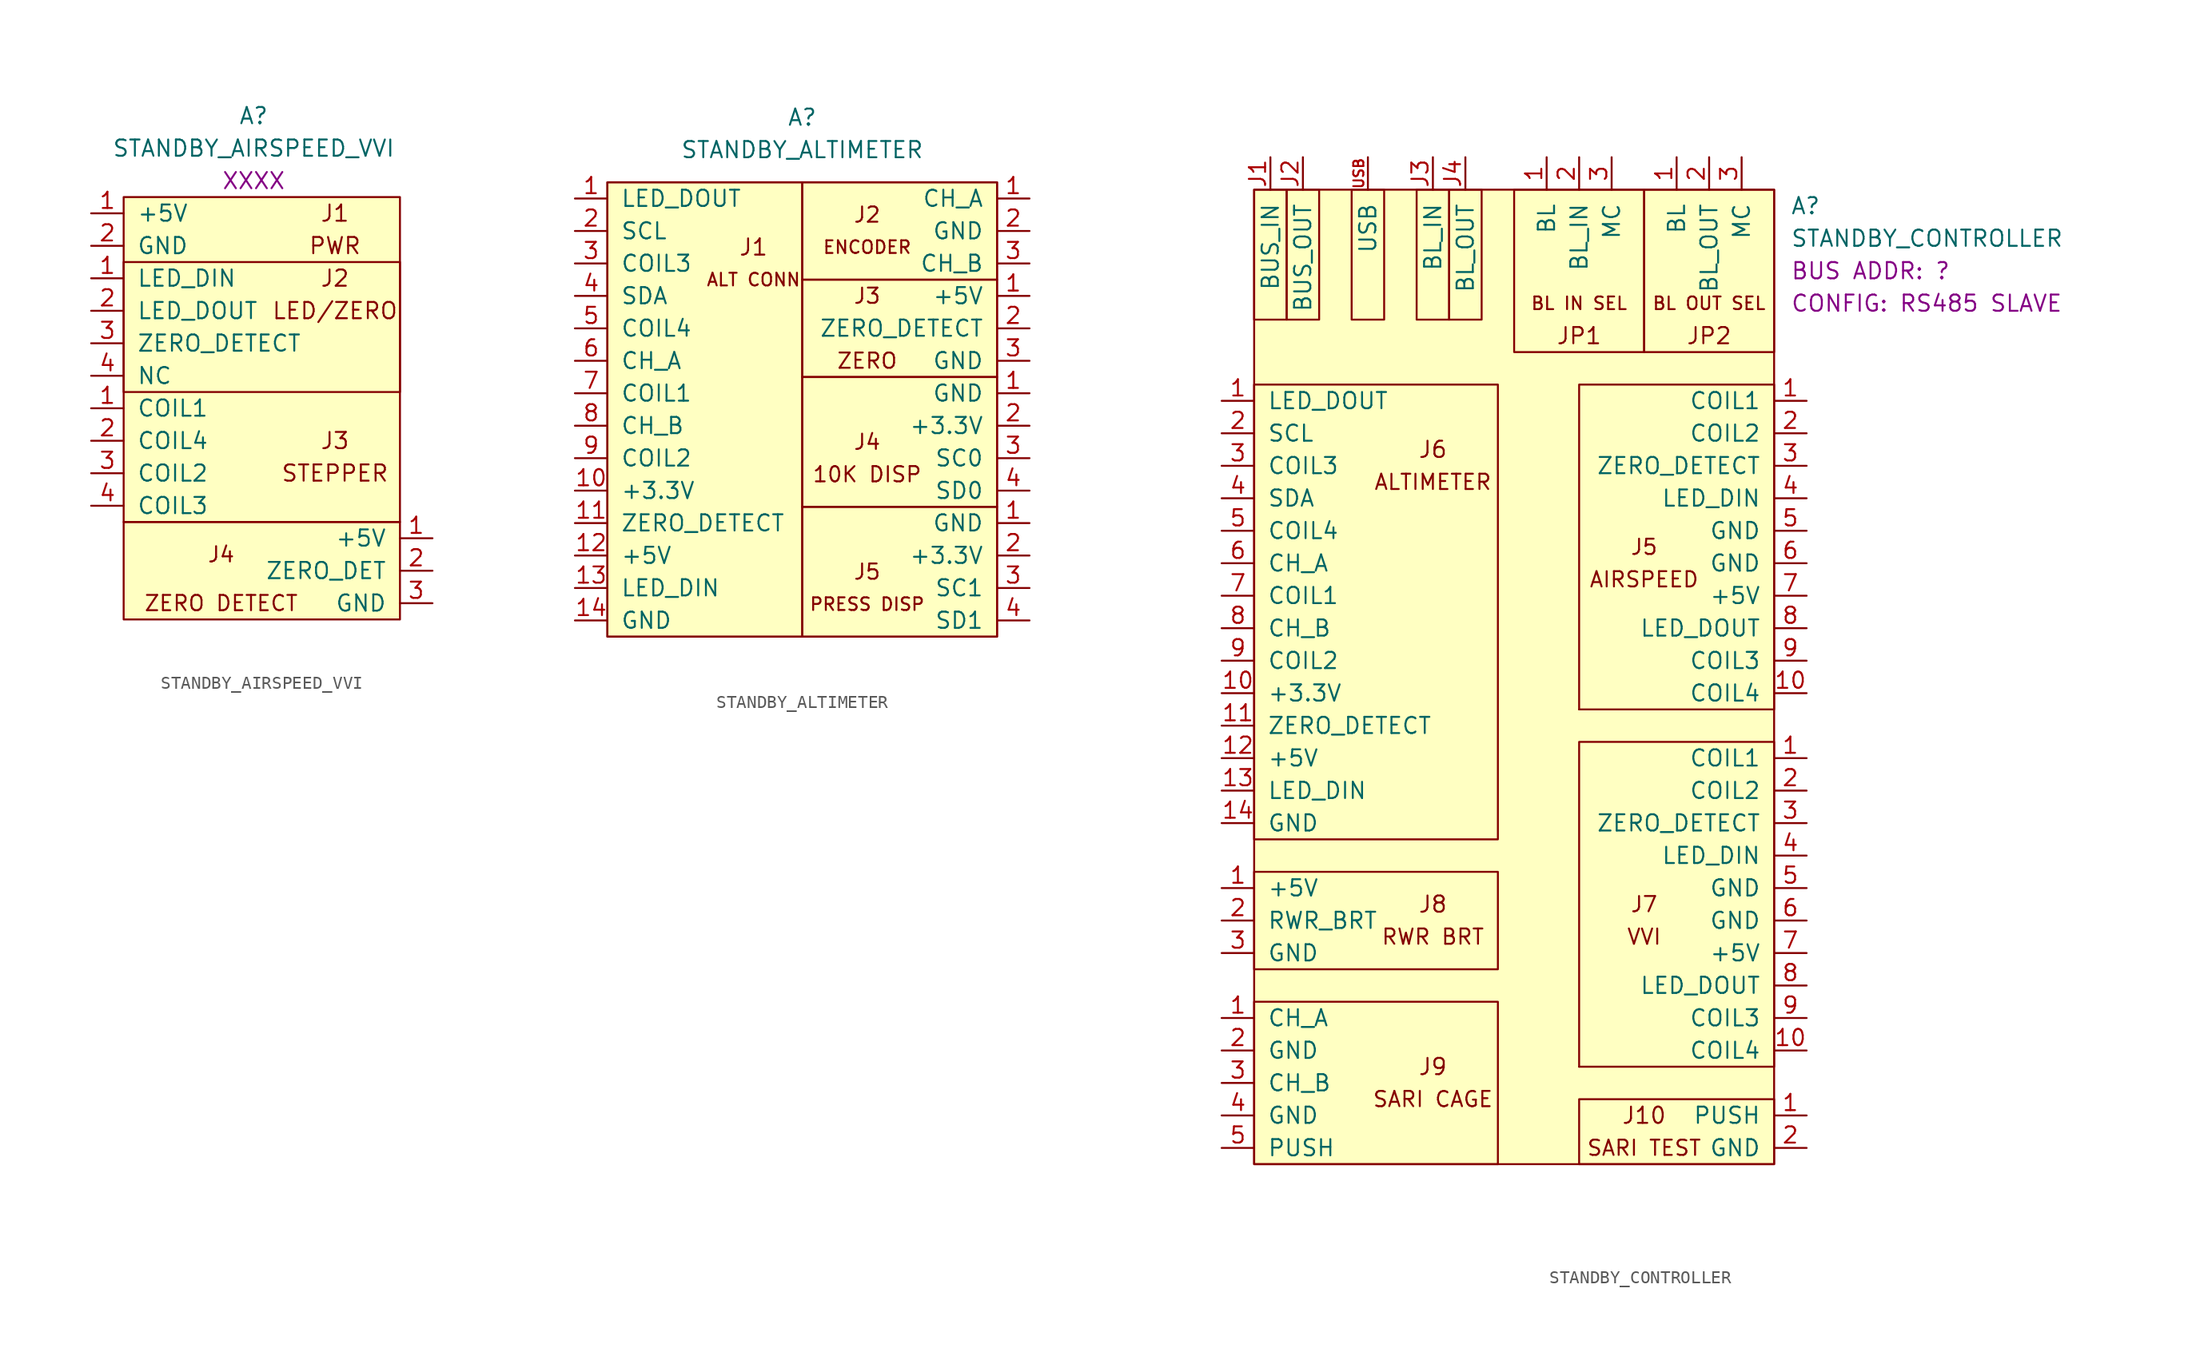
<source format=kicad_sym>
(kicad_symbol_lib
  (version 20231120)
  (generator "kicad_symbol_editor")
  (generator_version "8.0")
  (symbol "STANDBY_AIRSPEED_VVI"
    (pin_names
      (offset 1.016))
    (property "Reference" "A"
      (at 0 21.59 0)
      (effects (font (size 1.27 1.27))))
    (property "Value" "STANDBY_AIRSPEED_VVI"
      (at 0 19.05 0)
      (effects (font (size 1.27 1.27))))
    (property "Description" "XXXX"
      (at 0 16.51 0)
      (effects (font (size 1.27 1.27))))
    (symbol "STANDBY_AIRSPEED_VVI_0_0"
      (rectangle (start -10.16 0) (end 11.43 10.16) (stroke (width 0) (type default)) (fill (type none)))
      (rectangle (start -10.16 15.24) (end 11.43 -10.16) (stroke (width 0) (type default)) (fill (type background)))
      (rectangle (start 11.43 -10.16) (end -10.16 -17.78) (stroke (width 0) (type default)) (fill (type background)))
      (text "J1" (at 6.35 13.97 0) (effects (font (size 1.27 1.27))))
      (text "J2" (at 6.35 8.89 0) (effects (font (size 1.27 1.27))))
      (text "J3" (at 6.35 -3.81 0) (effects (font (size 1.27 1.27))))
      (text "J4" (at -2.54 -12.7 0) (effects (font (size 1.194 1.194))))
      (text "LED/ZERO" (at 6.35 6.35 0) (effects (font (size 1.27 1.27))))
      (text "PWR" (at 6.35 11.43 0) (effects (font (size 1.27 1.27))))
      (text "STEPPER" (at 6.35 -6.35 0) (effects (font (size 1.27 1.27))))
      (text "ZERO DETECT" (at -2.54 -16.51 0) (effects (font (size 1.194 1.194))))
      (pin unspecified line (at -12.7 13.97 0) (length 2.54) (name "+5V" (effects (font (size 1.27 1.27)))) (number "1" (effects (font (size 1.27 1.27)))))
      (pin unspecified line (at 13.97 -11.43 180) (length 2.54) (name "+5V" (effects (font (size 1.27 1.27)))) (number "1" (effects (font (size 1.27 1.27)))))
      (pin unspecified line (at -12.7 -1.27 0) (length 2.54) (name "COIL1" (effects (font (size 1.27 1.27)))) (number "1" (effects (font (size 1.27 1.27)))))
      (pin unspecified line (at -12.7 8.89 0) (length 2.54) (name "LED_DIN" (effects (font (size 1.27 1.27)))) (number "1" (effects (font (size 1.27 1.27)))))
      (pin unspecified line (at -12.7 11.43 0) (length 2.54) (name "GND" (effects (font (size 1.27 1.27)))) (number "2" (effects (font (size 1.27 1.27)))))
      (pin unspecified line (at -12.7 6.35 0) (length 2.54) (name "LED_DOUT" (effects (font (size 1.27 1.27)))) (number "2" (effects (font (size 1.27 1.27)))))
      (pin unspecified line (at 13.97 -13.97 180) (length 2.54) (name "ZERO_DET" (effects (font (size 1.27 1.27)))) (number "2" (effects (font (size 1.27 1.27)))))
      (pin unspecified line (at 13.97 -16.51 180) (length 2.54) (name "GND" (effects (font (size 1.27 1.27)))) (number "3" (effects (font (size 1.27 1.27)))))
      (pin unspecified line (at -12.7 3.81 0) (length 2.54) (name "ZERO_DETECT" (effects (font (size 1.27 1.27)))) (number "3" (effects (font (size 1.27 1.27)))))
      (pin unspecified line (at -12.7 1.27 0) (length 2.54) (name "NC" (effects (font (size 1.27 1.27)))) (number "4" (effects (font (size 1.27 1.27))))))
    (symbol "STANDBY_AIRSPEED_VVI_1_0"
      (pin unspecified line (at -12.7 -3.81 0) (length 2.54) (name "COIL4" (effects (font (size 1.27 1.27)))) (number "2" (effects (font (size 1.27 1.27)))))
      (pin unspecified line (at -12.7 -6.35 0) (length 2.54) (name "COIL2" (effects (font (size 1.27 1.27)))) (number "3" (effects (font (size 1.27 1.27)))))
      (pin unspecified line (at -12.7 -8.89 0) (length 2.54) (name "COIL3" (effects (font (size 1.27 1.27)))) (number "4" (effects (font (size 1.27 1.27)))))))
  (symbol "STANDBY_ALTIMETER"
    (pin_names
      (offset 1.016))
    (property "Reference" "A"
      (at 0 22.86 0)
      (effects (font (size 1.27 1.27))))
    (property "Value" "STANDBY_ALTIMETER"
      (at 0 20.32 0)
      (effects (font (size 1.27 1.27))))
    (symbol "STANDBY_ALTIMETER_0_0"
      (rectangle (start -15.24 17.78) (end 15.24 -17.78) (stroke (width 0) (type default)) (fill (type background)))
      (rectangle (start 15.24 -7.62) (end 0 -17.78) (stroke (width 0) (type default)) (fill (type none)))
      (rectangle (start 15.24 2.54) (end 0 -7.62) (stroke (width 0) (type default)) (fill (type none)))
      (rectangle (start 15.24 10.16) (end 0 2.54) (stroke (width 0) (type default)) (fill (type none)))
      (rectangle (start 15.24 17.78) (end 0 10.16) (stroke (width 0) (type default)) (fill (type none)))
      (text "10K DISP" (at 5.08 -5.08 0) (effects (font (size 1.194 1.194))))
      (text "ALT CONN" (at -3.81 10.16 0) (effects (font (size 0.991 0.991))))
      (text "ENCODER" (at 5.08 12.7 0) (effects (font (size 0.991 0.991))))
      (text "J1" (at -3.81 12.7 0) (effects (font (size 1.27 1.27))))
      (text "J2" (at 5.08 15.24 0) (effects (font (size 1.194 1.194))))
      (text "J3" (at 5.08 8.89 0) (effects (font (size 1.194 1.194))))
      (text "J4" (at 5.08 -2.54 0) (effects (font (size 1.194 1.194))))
      (text "J5" (at 5.08 -12.7 0) (effects (font (size 1.194 1.194))))
      (text "PRESS DISP" (at 5.08 -15.24 0) (effects (font (size 0.991 0.991))))
      (text "ZERO" (at 5.08 3.81 0) (effects (font (size 1.194 1.194))))
      (pin unspecified line (at 17.78 8.89 180) (length 2.54) (name "+5V" (effects (font (size 1.27 1.27)))) (number "1" (effects (font (size 1.27 1.27)))))
      (pin unspecified line (at 17.78 16.51 180) (length 2.54) (name "CH_A" (effects (font (size 1.27 1.27)))) (number "1" (effects (font (size 1.27 1.27)))))
      (pin unspecified line (at 17.78 -8.89 180) (length 2.54) (name "GND" (effects (font (size 1.27 1.27)))) (number "1" (effects (font (size 1.27 1.27)))))
      (pin unspecified line (at 17.78 1.27 180) (length 2.54) (name "GND" (effects (font (size 1.27 1.27)))) (number "1" (effects (font (size 1.27 1.27)))))
      (pin unspecified line (at -17.78 16.51 0) (length 2.54) (name "LED_DOUT" (effects (font (size 1.27 1.27)))) (number "1" (effects (font (size 1.27 1.27)))))
      (pin unspecified line (at -17.78 -6.35 0) (length 2.54) (name "+3.3V" (effects (font (size 1.27 1.27)))) (number "10" (effects (font (size 1.27 1.27)))))
      (pin unspecified line (at -17.78 -8.89 0) (length 2.54) (name "ZERO_DETECT" (effects (font (size 1.27 1.27)))) (number "11" (effects (font (size 1.27 1.27)))))
      (pin unspecified line (at -17.78 -11.43 0) (length 2.54) (name "+5V" (effects (font (size 1.27 1.27)))) (number "12" (effects (font (size 1.27 1.27)))))
      (pin unspecified line (at -17.78 -13.97 0) (length 2.54) (name "LED_DIN" (effects (font (size 1.27 1.27)))) (number "13" (effects (font (size 1.27 1.27)))))
      (pin unspecified line (at -17.78 -16.51 0) (length 2.54) (name "GND" (effects (font (size 1.27 1.27)))) (number "14" (effects (font (size 1.27 1.27)))))
      (pin unspecified line (at 17.78 -11.43 180) (length 2.54) (name "+3.3V" (effects (font (size 1.27 1.27)))) (number "2" (effects (font (size 1.27 1.27)))))
      (pin unspecified line (at 17.78 -1.27 180) (length 2.54) (name "+3.3V" (effects (font (size 1.27 1.27)))) (number "2" (effects (font (size 1.27 1.27)))))
      (pin unspecified line (at 17.78 13.97 180) (length 2.54) (name "GND" (effects (font (size 1.27 1.27)))) (number "2" (effects (font (size 1.27 1.27)))))
      (pin unspecified line (at -17.78 13.97 0) (length 2.54) (name "SCL" (effects (font (size 1.27 1.27)))) (number "2" (effects (font (size 1.27 1.27)))))
      (pin unspecified line (at 17.78 6.35 180) (length 2.54) (name "ZERO_DETECT" (effects (font (size 1.27 1.27)))) (number "2" (effects (font (size 1.27 1.27)))))
      (pin unspecified line (at 17.78 11.43 180) (length 2.54) (name "CH_B" (effects (font (size 1.27 1.27)))) (number "3" (effects (font (size 1.27 1.27)))))
      (pin unspecified line (at -17.78 11.43 0) (length 2.54) (name "COIL3" (effects (font (size 1.27 1.27)))) (number "3" (effects (font (size 1.27 1.27)))))
      (pin unspecified line (at 17.78 3.81 180) (length 2.54) (name "GND" (effects (font (size 1.27 1.27)))) (number "3" (effects (font (size 1.27 1.27)))))
      (pin unspecified line (at 17.78 -3.81 180) (length 2.54) (name "SC0" (effects (font (size 1.27 1.27)))) (number "3" (effects (font (size 1.27 1.27)))))
      (pin unspecified line (at 17.78 -13.97 180) (length 2.54) (name "SC1" (effects (font (size 1.27 1.27)))) (number "3" (effects (font (size 1.27 1.27)))))
      (pin unspecified line (at 17.78 -6.35 180) (length 2.54) (name "SD0" (effects (font (size 1.27 1.27)))) (number "4" (effects (font (size 1.27 1.27)))))
      (pin unspecified line (at 17.78 -16.51 180) (length 2.54) (name "SD1" (effects (font (size 1.27 1.27)))) (number "4" (effects (font (size 1.27 1.27)))))
      (pin unspecified line (at -17.78 8.89 0) (length 2.54) (name "SDA" (effects (font (size 1.27 1.27)))) (number "4" (effects (font (size 1.27 1.27)))))
      (pin unspecified line (at -17.78 6.35 0) (length 2.54) (name "COIL4" (effects (font (size 1.27 1.27)))) (number "5" (effects (font (size 1.27 1.27)))))
      (pin unspecified line (at -17.78 3.81 0) (length 2.54) (name "CH_A" (effects (font (size 1.27 1.27)))) (number "6" (effects (font (size 1.27 1.27)))))
      (pin unspecified line (at -17.78 1.27 0) (length 2.54) (name "COIL1" (effects (font (size 1.27 1.27)))) (number "7" (effects (font (size 1.27 1.27)))))
      (pin unspecified line (at -17.78 -1.27 0) (length 2.54) (name "CH_B" (effects (font (size 1.27 1.27)))) (number "8" (effects (font (size 1.27 1.27)))))
      (pin unspecified line (at -17.78 -3.81 0) (length 2.54) (name "COIL2" (effects (font (size 1.27 1.27)))) (number "9" (effects (font (size 1.27 1.27))))))
    (symbol "STANDBY_ALTIMETER_0_1"
      (rectangle (start -15.24 17.78) (end 0 -17.78) (stroke (width 0) (type default)) (fill (type none)))))
  (symbol "STANDBY_CONTROLLER"
    (pin_names
      (offset 1.016))
    (property "Reference" "A"
      (at 21.59 36.83 0)
      (effects (font (size 1.27 1.27)) (justify left)))
    (property "Value" "STANDBY_CONTROLLER"
      (at 21.59 34.29 0)
      (effects (font (size 1.27 1.27)) (justify left)))
    (property "RS485 ADDR" "BUS ADDR: ?"
      (at 21.59 31.75 0)
      (effects (font (size 1.27 1.27)) (justify left)))
    (property "CONFIG" "CONFIG: RS485 SLAVE"
      (at 21.59 29.21 0)
      (effects (font (size 1.27 1.27)) (justify left)))
    (symbol "STANDBY_CONTROLLER_0_0"
      (rectangle (start -20.32 22.86) (end -1.27 -12.7) (stroke (width 0) (type default)) (fill (type none)))
      (rectangle (start 5.08 -30.48) (end 5.08 -30.48) (stroke (width 0) (type default)) (fill (type none)))
      (rectangle (start 5.08 -2.54) (end 5.08 -2.54) (stroke (width 0) (type default)) (fill (type none)))
      (rectangle (start 10.16 25.4) (end 0 38.1) (stroke (width 0) (type default)) (fill (type none)))
      (rectangle (start 10.16 38.1) (end 20.32 25.4) (stroke (width 0) (type default)) (fill (type none)))
      (rectangle (start 20.32 -5.08) (end 5.08 -30.48) (stroke (width 0) (type default)) (fill (type none)))
      (rectangle (start 20.32 22.86) (end 5.08 -2.54) (stroke (width 0) (type default)) (fill (type none)))
      (text "AIRSPEED" (at 10.16 7.62 0) (effects (font (size 1.194 1.194))))
      (text "BL IN SEL" (at 5.08 29.21 0) (effects (font (size 0.991 0.991))))
      (text "BL OUT SEL" (at 15.24 29.21 0) (effects (font (size 0.991 0.991))))
      (text "J5" (at 10.16 10.16 0) (effects (font (size 1.194 1.194))))
      (text "J7" (at 10.16 -17.78 0) (effects (font (size 1.194 1.194))))
      (text "JP1" (at 5.08 26.67 0) (effects (font (size 1.27 1.27))))
      (text "JP2" (at 15.24 26.67 0) (effects (font (size 1.27 1.27))))
      (text "VVI" (at 10.16 -20.32 0) (effects (font (size 1.194 1.194))))
      (pin unspecified line (at 2.54 40.64 270) (length 2.54) (name "BL" (effects (font (size 1.27 1.27)))) (number "1" (effects (font (size 1.27 1.27)))))
      (pin unspecified line (at 12.7 40.64 270) (length 2.54) (name "BL" (effects (font (size 1.27 1.27)))) (number "1" (effects (font (size 1.27 1.27)))))
      (pin unspecified line (at 22.86 -6.35 180) (length 2.54) (name "COIL1" (effects (font (size 1.27 1.27)))) (number "1" (effects (font (size 1.27 1.27)))))
      (pin unspecified line (at 22.86 21.59 180) (length 2.54) (name "COIL1" (effects (font (size 1.27 1.27)))) (number "1" (effects (font (size 1.27 1.27)))))
      (pin unspecified line (at 22.86 -29.21 180) (length 2.54) (name "COIL4" (effects (font (size 1.27 1.27)))) (number "10" (effects (font (size 1.27 1.27)))))
      (pin unspecified line (at 22.86 -1.27 180) (length 2.54) (name "COIL4" (effects (font (size 1.27 1.27)))) (number "10" (effects (font (size 1.27 1.27)))))
      (pin unspecified line (at 5.08 40.64 270) (length 2.54) (name "BL_IN" (effects (font (size 1.27 1.27)))) (number "2" (effects (font (size 1.27 1.27)))))
      (pin unspecified line (at 15.24 40.64 270) (length 2.54) (name "BL_OUT" (effects (font (size 1.27 1.27)))) (number "2" (effects (font (size 1.27 1.27)))))
      (pin unspecified line (at 22.86 -8.89 180) (length 2.54) (name "COIL2" (effects (font (size 1.27 1.27)))) (number "2" (effects (font (size 1.27 1.27)))))
      (pin unspecified line (at 22.86 19.05 180) (length 2.54) (name "COIL2" (effects (font (size 1.27 1.27)))) (number "2" (effects (font (size 1.27 1.27)))))
      (pin unspecified line (at 7.62 40.64 270) (length 2.54) (name "MC" (effects (font (size 1.27 1.27)))) (number "3" (effects (font (size 1.27 1.27)))))
      (pin unspecified line (at 17.78 40.64 270) (length 2.54) (name "MC" (effects (font (size 1.27 1.27)))) (number "3" (effects (font (size 1.27 1.27)))))
      (pin unspecified line (at 22.86 -11.43 180) (length 2.54) (name "ZERO_DETECT" (effects (font (size 1.27 1.27)))) (number "3" (effects (font (size 1.27 1.27)))))
      (pin unspecified line (at 22.86 16.51 180) (length 2.54) (name "ZERO_DETECT" (effects (font (size 1.27 1.27)))) (number "3" (effects (font (size 1.27 1.27)))))
      (pin unspecified line (at 22.86 -13.97 180) (length 2.54) (name "LED_DIN" (effects (font (size 1.27 1.27)))) (number "4" (effects (font (size 1.27 1.27)))))
      (pin unspecified line (at 22.86 13.97 180) (length 2.54) (name "LED_DIN" (effects (font (size 1.27 1.27)))) (number "4" (effects (font (size 1.27 1.27)))))
      (pin unspecified line (at 22.86 -16.51 180) (length 2.54) (name "GND" (effects (font (size 1.27 1.27)))) (number "5" (effects (font (size 1.27 1.27)))))
      (pin unspecified line (at 22.86 11.43 180) (length 2.54) (name "GND" (effects (font (size 1.27 1.27)))) (number "5" (effects (font (size 1.27 1.27)))))
      (pin unspecified line (at 22.86 -19.05 180) (length 2.54) (name "GND" (effects (font (size 1.27 1.27)))) (number "6" (effects (font (size 1.27 1.27)))))
      (pin unspecified line (at 22.86 8.89 180) (length 2.54) (name "GND" (effects (font (size 1.27 1.27)))) (number "6" (effects (font (size 1.27 1.27)))))
      (pin unspecified line (at 22.86 -21.59 180) (length 2.54) (name "+5V" (effects (font (size 1.27 1.27)))) (number "7" (effects (font (size 1.27 1.27)))))
      (pin unspecified line (at 22.86 6.35 180) (length 2.54) (name "+5V" (effects (font (size 1.27 1.27)))) (number "7" (effects (font (size 1.27 1.27)))))
      (pin unspecified line (at 22.86 -24.13 180) (length 2.54) (name "LED_DOUT" (effects (font (size 1.27 1.27)))) (number "8" (effects (font (size 1.27 1.27)))))
      (pin unspecified line (at 22.86 3.81 180) (length 2.54) (name "LED_DOUT" (effects (font (size 1.27 1.27)))) (number "8" (effects (font (size 1.27 1.27)))))
      (pin unspecified line (at 22.86 -26.67 180) (length 2.54) (name "COIL3" (effects (font (size 1.27 1.27)))) (number "9" (effects (font (size 1.27 1.27)))))
      (pin unspecified line (at 22.86 1.27 180) (length 2.54) (name "COIL3" (effects (font (size 1.27 1.27)))) (number "9" (effects (font (size 1.27 1.27)))))
      (pin unspecified line (at -19.05 40.64 270) (length 2.54) (name "BUS_IN" (effects (font (size 1.27 1.27)))) (number "J1" (effects (font (size 1.27 1.27)))))
      (pin unspecified line (at -16.51 40.64 270) (length 2.54) (name "BUS_OUT" (effects (font (size 1.27 1.27)))) (number "J2" (effects (font (size 1.27 1.27)))))
      (pin unspecified line (at -6.35 40.64 270) (length 2.54) (name "BL_IN" (effects (font (size 1.27 1.27)))) (number "J3" (effects (font (size 1.27 1.27)))))
      (pin unspecified line (at -3.81 40.64 270) (length 2.54) (name "BL_OUT" (effects (font (size 1.27 1.27)))) (number "J4" (effects (font (size 1.27 1.27)))))
      (pin unspecified line (at -11.43 40.64 270) (length 2.54) (name "USB" (effects (font (size 1.27 1.27)))) (number "USB" (effects (font (size 0.787 0.787))))))
    (symbol "STANDBY_CONTROLLER_0_1"
      (rectangle (start -20.32 38.1) (end -17.78 27.94) (stroke (width 0) (type default)) (fill (type none)))
      (rectangle (start -17.78 27.94) (end -15.24 38.1) (stroke (width 0) (type default)) (fill (type none)))
      (rectangle (start -12.7 38.1) (end -10.16 27.94) (stroke (width 0) (type default)) (fill (type none)))
      (rectangle (start -7.62 38.1) (end -5.08 27.94) (stroke (width 0) (type default)) (fill (type none)))
      (rectangle (start -5.08 38.1) (end -2.54 27.94) (stroke (width 0) (type default)) (fill (type none))))
    (symbol "STANDBY_CONTROLLER_1_1"
      (rectangle (start -20.32 -25.4) (end -1.27 -38.1) (stroke (width 0) (type default)) (fill (type none)))
      (rectangle (start -20.32 -15.24) (end -1.27 -22.86) (stroke (width 0) (type default)) (fill (type none)))
      (rectangle (start -20.32 38.1) (end 20.32 -38.1) (stroke (width 0) (type default)) (fill (type background)))
      (rectangle (start 20.32 -33.02) (end 5.08 -38.1) (stroke (width 0) (type default)) (fill (type none)))
      (text "ALTIMETER" (at -6.35 15.24 0) (effects (font (size 1.194 1.194))))
      (text "J10" (at 10.16 -34.29 0) (effects (font (size 1.27 1.27))))
      (text "J6" (at -6.35 17.78 0) (effects (font (size 1.27 1.27))))
      (text "J8" (at -6.35 -17.78 0) (effects (font (size 1.27 1.27))))
      (text "J9" (at -6.35 -30.48 0) (effects (font (size 1.27 1.27))))
      (text "RWR BRT" (at -6.35 -20.32 0) (effects (font (size 1.194 1.194))))
      (text "SARI CAGE" (at -6.35 -33.02 0) (effects (font (size 1.194 1.194))))
      (text "SARI TEST" (at 10.16 -36.83 0) (effects (font (size 1.194 1.194))))
      (pin unspecified line (at -22.86 -16.51 0) (length 2.54) (name "+5V" (effects (font (size 1.27 1.27)))) (number "1" (effects (font (size 1.27 1.27)))))
      (pin unspecified line (at -22.86 -26.67 0) (length 2.54) (name "CH_A" (effects (font (size 1.27 1.27)))) (number "1" (effects (font (size 1.27 1.27)))))
      (pin unspecified line (at -22.86 21.59 0) (length 2.54) (name "LED_DOUT" (effects (font (size 1.27 1.27)))) (number "1" (effects (font (size 1.27 1.27)))))
      (pin unspecified line (at 22.86 -34.29 180) (length 2.54) (name "PUSH" (effects (font (size 1.27 1.27)))) (number "1" (effects (font (size 1.27 1.27)))))
      (pin unspecified line (at -22.86 -1.27 0) (length 2.54) (name "+3.3V" (effects (font (size 1.27 1.27)))) (number "10" (effects (font (size 1.27 1.27)))))
      (pin unspecified line (at -22.86 -3.81 0) (length 2.54) (name "ZERO_DETECT" (effects (font (size 1.27 1.27)))) (number "11" (effects (font (size 1.27 1.27)))))
      (pin unspecified line (at -22.86 -6.35 0) (length 2.54) (name "+5V" (effects (font (size 1.27 1.27)))) (number "12" (effects (font (size 1.27 1.27)))))
      (pin unspecified line (at -22.86 -8.89 0) (length 2.54) (name "LED_DIN" (effects (font (size 1.27 1.27)))) (number "13" (effects (font (size 1.27 1.27)))))
      (pin unspecified line (at -22.86 -11.43 0) (length 2.54) (name "GND" (effects (font (size 1.27 1.27)))) (number "14" (effects (font (size 1.27 1.27)))))
      (pin unspecified line (at -22.86 -29.21 0) (length 2.54) (name "GND" (effects (font (size 1.27 1.27)))) (number "2" (effects (font (size 1.27 1.27)))))
      (pin unspecified line (at 22.86 -36.83 180) (length 2.54) (name "GND" (effects (font (size 1.27 1.27)))) (number "2" (effects (font (size 1.27 1.27)))))
      (pin unspecified line (at -22.86 -19.05 0) (length 2.54) (name "RWR_BRT" (effects (font (size 1.27 1.27)))) (number "2" (effects (font (size 1.27 1.27)))))
      (pin unspecified line (at -22.86 19.05 0) (length 2.54) (name "SCL" (effects (font (size 1.27 1.27)))) (number "2" (effects (font (size 1.27 1.27)))))
      (pin unspecified line (at -22.86 -31.75 0) (length 2.54) (name "CH_B" (effects (font (size 1.27 1.27)))) (number "3" (effects (font (size 1.27 1.27)))))
      (pin unspecified line (at -22.86 16.51 0) (length 2.54) (name "COIL3" (effects (font (size 1.27 1.27)))) (number "3" (effects (font (size 1.27 1.27)))))
      (pin unspecified line (at -22.86 -21.59 0) (length 2.54) (name "GND" (effects (font (size 1.27 1.27)))) (number "3" (effects (font (size 1.27 1.27)))))
      (pin unspecified line (at -22.86 -34.29 0) (length 2.54) (name "GND" (effects (font (size 1.27 1.27)))) (number "4" (effects (font (size 1.27 1.27)))))
      (pin unspecified line (at -22.86 13.97 0) (length 2.54) (name "SDA" (effects (font (size 1.27 1.27)))) (number "4" (effects (font (size 1.27 1.27)))))
      (pin unspecified line (at -22.86 11.43 0) (length 2.54) (name "COIL4" (effects (font (size 1.27 1.27)))) (number "5" (effects (font (size 1.27 1.27)))))
      (pin unspecified line (at -22.86 -36.83 0) (length 2.54) (name "PUSH" (effects (font (size 1.27 1.27)))) (number "5" (effects (font (size 1.27 1.27)))))
      (pin unspecified line (at -22.86 8.89 0) (length 2.54) (name "CH_A" (effects (font (size 1.27 1.27)))) (number "6" (effects (font (size 1.27 1.27)))))
      (pin unspecified line (at -22.86 6.35 0) (length 2.54) (name "COIL1" (effects (font (size 1.27 1.27)))) (number "7" (effects (font (size 1.27 1.27)))))
      (pin unspecified line (at -22.86 3.81 0) (length 2.54) (name "CH_B" (effects (font (size 1.27 1.27)))) (number "8" (effects (font (size 1.27 1.27)))))
      (pin unspecified line (at -22.86 1.27 0) (length 2.54) (name "COIL2" (effects (font (size 1.27 1.27)))) (number "9" (effects (font (size 1.27 1.27))))))))
</source>
